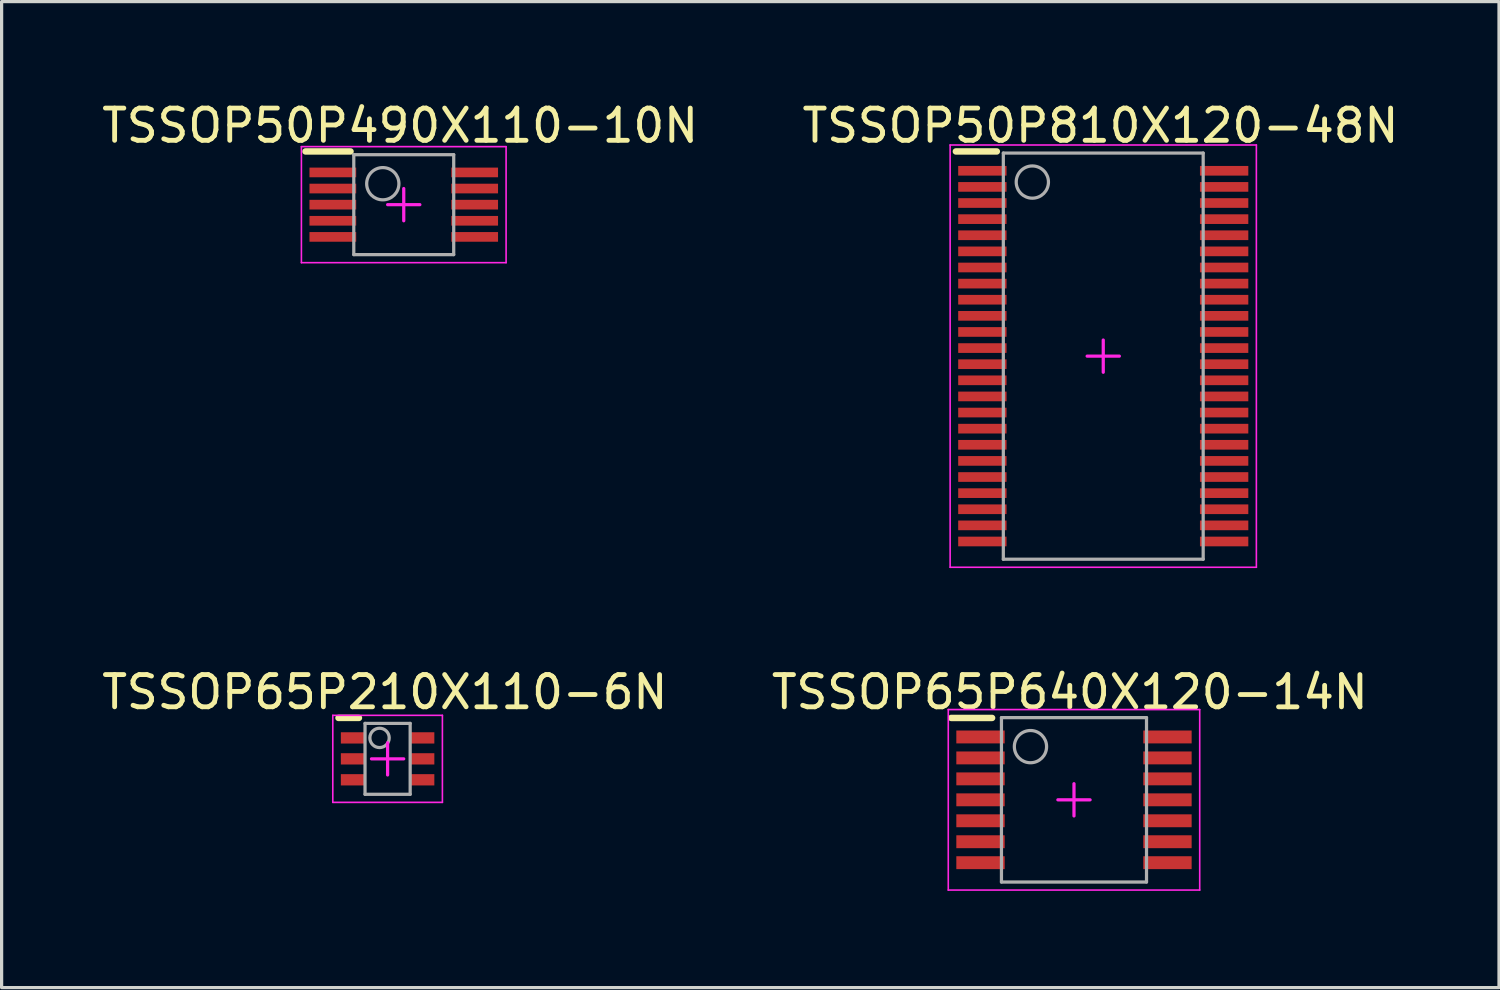
<source format=kicad_pcb>
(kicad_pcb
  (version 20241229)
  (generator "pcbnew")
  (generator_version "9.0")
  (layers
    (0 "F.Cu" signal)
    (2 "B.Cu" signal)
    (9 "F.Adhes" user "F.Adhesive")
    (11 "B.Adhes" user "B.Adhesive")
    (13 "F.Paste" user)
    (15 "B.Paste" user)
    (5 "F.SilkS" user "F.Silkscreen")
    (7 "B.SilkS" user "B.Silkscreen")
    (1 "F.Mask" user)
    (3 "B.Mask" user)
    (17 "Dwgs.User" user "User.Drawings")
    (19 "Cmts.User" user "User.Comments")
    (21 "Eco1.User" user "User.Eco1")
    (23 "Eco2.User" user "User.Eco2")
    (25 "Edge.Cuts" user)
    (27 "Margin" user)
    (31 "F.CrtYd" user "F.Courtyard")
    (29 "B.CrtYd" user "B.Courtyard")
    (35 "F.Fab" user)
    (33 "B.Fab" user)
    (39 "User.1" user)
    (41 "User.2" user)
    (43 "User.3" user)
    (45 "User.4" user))
  (footprint "TSSOP50P490X110-10N"
    (layer "F.Cu")
    (at 9.475 3.299)
    (property "Reference" "TSSOP50P490X110-10N" (at -0.112 -2.451 0) (layer "F.SilkS") (effects (font (size 1 1) (thickness 0.15))))
    (fp_line (start -3.048 -1.651) (end -1.651 -1.651) (stroke (width 0.2) (type solid)) (layer "F.SilkS"))
    (fp_line (start -3.175 -1.8) (end 3.175 -1.8) (stroke (width 0.05) (type solid)) (layer "F.CrtYd"))
    (fp_line (start -3.175 1.8) (end -3.175 -1.8) (stroke (width 0.05) (type solid)) (layer "F.CrtYd"))
    (fp_line (start -3.175 1.8) (end 3.175 1.8) (stroke (width 0.05) (type solid)) (layer "F.CrtYd"))
    (fp_line (start -0.5 0) (end 0.5 0) (stroke (width 0.1) (type solid)) (layer "F.CrtYd"))
    (fp_line (start 0 0.5) (end 0 -0.5) (stroke (width 0.1) (type solid)) (layer "F.CrtYd"))
    (fp_line (start 3.175 1.8) (end 3.175 -1.8) (stroke (width 0.05) (type solid)) (layer "F.CrtYd"))
    (fp_line (start -1.55 -1.55) (end 1.55 -1.55) (stroke (width 0.1) (type solid)) (layer "F.Fab"))
    (fp_line (start -1.55 1.55) (end -1.55 -1.55) (stroke (width 0.1) (type solid)) (layer "F.Fab"))
    (fp_line (start -1.55 1.55) (end 1.55 1.55) (stroke (width 0.1) (type solid)) (layer "F.Fab"))
    (fp_line (start 1.55 1.55) (end 1.55 -1.55) (stroke (width 0.1) (type solid)) (layer "F.Fab"))
    (fp_circle (center -0.65 -0.65) (end -0.65 -1.15) (stroke (width 0.1) (type solid)) (fill no) (layer "F.Fab"))
    (pad "1" smd rect (at -2.2 -1 90) (size 0.3 1.45) (layers "F.Cu" "F.Mask" "F.Paste"))
    (pad "2" smd rect (at -2.2 -0.5 90) (size 0.3 1.45) (layers "F.Cu" "F.Mask" "F.Paste"))
    (pad "3" smd rect (at -2.2 0 90) (size 0.3 1.45) (layers "F.Cu" "F.Mask" "F.Paste"))
    (pad "4" smd rect (at -2.2 0.5 90) (size 0.3 1.45) (layers "F.Cu" "F.Mask" "F.Paste"))
    (pad "5" smd rect (at -2.2 1 90) (size 0.3 1.45) (layers "F.Cu" "F.Mask" "F.Paste"))
    (pad "6" smd rect (at 2.2 1 90) (size 0.3 1.45) (layers "F.Cu" "F.Mask" "F.Paste"))
    (pad "7" smd rect (at 2.2 0.5 90) (size 0.3 1.45) (layers "F.Cu" "F.Mask" "F.Paste"))
    (pad "8" smd rect (at 2.2 0 90) (size 0.3 1.45) (layers "F.Cu" "F.Mask" "F.Paste"))
    (pad "9" smd rect (at 2.2 -0.5 90) (size 0.3 1.45) (layers "F.Cu" "F.Mask" "F.Paste"))
    (pad "10" smd rect (at 2.2 -1 90) (size 0.3 1.45) (layers "F.Cu" "F.Mask" "F.Paste")))
  (footprint "TSSOP65P210X110-6N"
    (layer "F.Cu")
    (at 8.974 20.491)
    (property "Reference" "TSSOP65P210X110-6N" (at -0.087 -2.07 0) (layer "F.SilkS") (effects (font (size 1 1) (thickness 0.15))))
    (fp_line (start -1.524 -1.27) (end -0.889 -1.27) (stroke (width 0.2) (type solid)) (layer "F.SilkS"))
    (fp_line (start -1.7 -1.35) (end 1.7 -1.35) (stroke (width 0.05) (type solid)) (layer "F.CrtYd"))
    (fp_line (start -1.7 1.35) (end -1.7 -1.35) (stroke (width 0.05) (type solid)) (layer "F.CrtYd"))
    (fp_line (start -1.7 1.35) (end 1.7 1.35) (stroke (width 0.05) (type solid)) (layer "F.CrtYd"))
    (fp_line (start -0.5 0) (end 0.5 0) (stroke (width 0.1) (type solid)) (layer "F.CrtYd"))
    (fp_line (start 0 0.5) (end 0 -0.5) (stroke (width 0.1) (type solid)) (layer "F.CrtYd"))
    (fp_line (start 1.7 1.35) (end 1.7 -1.35) (stroke (width 0.05) (type solid)) (layer "F.CrtYd"))
    (fp_line (start -0.7 -1.1) (end 0.7 -1.1) (stroke (width 0.1) (type solid)) (layer "F.Fab"))
    (fp_line (start -0.7 1.1) (end -0.7 -1.1) (stroke (width 0.1) (type solid)) (layer "F.Fab"))
    (fp_line (start -0.7 1.1) (end 0.7 1.1) (stroke (width 0.1) (type solid)) (layer "F.Fab"))
    (fp_line (start 0.7 1.1) (end 0.7 -1.1) (stroke (width 0.1) (type solid)) (layer "F.Fab"))
    (fp_circle (center -0.25 -0.65) (end 0.05 -0.65) (stroke (width 0.1) (type solid)) (fill no) (layer "F.Fab"))
    (pad "1" smd rect (at -1.075 -0.65 90) (size 0.35 0.75) (layers "F.Cu" "F.Mask" "F.Paste"))
    (pad "2" smd rect (at -1.075 0 90) (size 0.35 0.75) (layers "F.Cu" "F.Mask" "F.Paste"))
    (pad "3" smd rect (at -1.075 0.65 90) (size 0.35 0.75) (layers "F.Cu" "F.Mask" "F.Paste"))
    (pad "4" smd rect (at 1.075 0.65 90) (size 0.35 0.75) (layers "F.Cu" "F.Mask" "F.Paste"))
    (pad "5" smd rect (at 1.075 0 90) (size 0.35 0.75) (layers "F.Cu" "F.Mask" "F.Paste"))
    (pad "6" smd rect (at 1.075 -0.65 90) (size 0.35 0.75) (layers "F.Cu" "F.Mask" "F.Paste")))
  (footprint "TSSOP50P810X120-48N"
    (layer "F.Cu")
    (at 31.175 7.998)
    (property "Reference" "TSSOP50P810X120-48N" (at -0.086 -7.15 0) (layer "F.SilkS") (effects (font (size 1 1) (thickness 0.15))))
    (fp_line (start -4.572 -6.35) (end -3.302 -6.35) (stroke (width 0.2) (type solid)) (layer "F.SilkS"))
    (fp_line (start -4.75 -6.55) (end 4.75 -6.55) (stroke (width 0.05) (type solid)) (layer "F.CrtYd"))
    (fp_line (start -4.75 6.55) (end -4.75 -6.55) (stroke (width 0.05) (type solid)) (layer "F.CrtYd"))
    (fp_line (start -4.75 6.55) (end 4.75 6.55) (stroke (width 0.05) (type solid)) (layer "F.CrtYd"))
    (fp_line (start -0.5 0) (end 0.5 0) (stroke (width 0.1) (type solid)) (layer "F.CrtYd"))
    (fp_line (start 0 0.5) (end 0 -0.5) (stroke (width 0.1) (type solid)) (layer "F.CrtYd"))
    (fp_line (start 4.75 6.55) (end 4.75 -6.55) (stroke (width 0.05) (type solid)) (layer "F.CrtYd"))
    (fp_line (start -3.1 -6.3) (end 3.1 -6.3) (stroke (width 0.1) (type solid)) (layer "F.Fab"))
    (fp_line (start -3.1 6.3) (end -3.1 -6.3) (stroke (width 0.1) (type solid)) (layer "F.Fab"))
    (fp_line (start -3.1 6.3) (end 3.1 6.3) (stroke (width 0.1) (type solid)) (layer "F.Fab"))
    (fp_line (start 3.1 6.3) (end 3.1 -6.3) (stroke (width 0.1) (type solid)) (layer "F.Fab"))
    (fp_circle (center -2.2 -5.4) (end -2.2 -5.9) (stroke (width 0.1) (type solid)) (fill no) (layer "F.Fab"))
    (pad "1" smd rect (at -3.75 -5.75 90) (size 0.3 1.5) (layers "F.Cu" "F.Mask" "F.Paste"))
    (pad "2" smd rect (at -3.75 -5.25 90) (size 0.3 1.5) (layers "F.Cu" "F.Mask" "F.Paste"))
    (pad "3" smd rect (at -3.75 -4.75 90) (size 0.3 1.5) (layers "F.Cu" "F.Mask" "F.Paste"))
    (pad "4" smd rect (at -3.75 -4.25 90) (size 0.3 1.5) (layers "F.Cu" "F.Mask" "F.Paste"))
    (pad "5" smd rect (at -3.75 -3.75 90) (size 0.3 1.5) (layers "F.Cu" "F.Mask" "F.Paste"))
    (pad "6" smd rect (at -3.75 -3.25 90) (size 0.3 1.5) (layers "F.Cu" "F.Mask" "F.Paste"))
    (pad "7" smd rect (at -3.75 -2.75 90) (size 0.3 1.5) (layers "F.Cu" "F.Mask" "F.Paste"))
    (pad "8" smd rect (at -3.75 -2.25 90) (size 0.3 1.5) (layers "F.Cu" "F.Mask" "F.Paste"))
    (pad "9" smd rect (at -3.75 -1.75 90) (size 0.3 1.5) (layers "F.Cu" "F.Mask" "F.Paste"))
    (pad "10" smd rect (at -3.75 -1.25 90) (size 0.3 1.5) (layers "F.Cu" "F.Mask" "F.Paste"))
    (pad "11" smd rect (at -3.75 -0.75 90) (size 0.3 1.5) (layers "F.Cu" "F.Mask" "F.Paste"))
    (pad "12" smd rect (at -3.75 -0.25 90) (size 0.3 1.5) (layers "F.Cu" "F.Mask" "F.Paste"))
    (pad "13" smd rect (at -3.75 0.25 90) (size 0.3 1.5) (layers "F.Cu" "F.Mask" "F.Paste"))
    (pad "14" smd rect (at -3.75 0.75 90) (size 0.3 1.5) (layers "F.Cu" "F.Mask" "F.Paste"))
    (pad "15" smd rect (at -3.75 1.25 90) (size 0.3 1.5) (layers "F.Cu" "F.Mask" "F.Paste"))
    (pad "16" smd rect (at -3.75 1.75 90) (size 0.3 1.5) (layers "F.Cu" "F.Mask" "F.Paste"))
    (pad "17" smd rect (at -3.75 2.25 90) (size 0.3 1.5) (layers "F.Cu" "F.Mask" "F.Paste"))
    (pad "18" smd rect (at -3.75 2.75 90) (size 0.3 1.5) (layers "F.Cu" "F.Mask" "F.Paste"))
    (pad "19" smd rect (at -3.75 3.25 90) (size 0.3 1.5) (layers "F.Cu" "F.Mask" "F.Paste"))
    (pad "20" smd rect (at -3.75 3.75 90) (size 0.3 1.5) (layers "F.Cu" "F.Mask" "F.Paste"))
    (pad "21" smd rect (at -3.75 4.25 90) (size 0.3 1.5) (layers "F.Cu" "F.Mask" "F.Paste"))
    (pad "22" smd rect (at -3.75 4.75 90) (size 0.3 1.5) (layers "F.Cu" "F.Mask" "F.Paste"))
    (pad "23" smd rect (at -3.75 5.25 90) (size 0.3 1.5) (layers "F.Cu" "F.Mask" "F.Paste"))
    (pad "24" smd rect (at -3.75 5.75 90) (size 0.3 1.5) (layers "F.Cu" "F.Mask" "F.Paste"))
    (pad "25" smd rect (at 3.75 5.75 90) (size 0.3 1.5) (layers "F.Cu" "F.Mask" "F.Paste"))
    (pad "26" smd rect (at 3.75 5.25 90) (size 0.3 1.5) (layers "F.Cu" "F.Mask" "F.Paste"))
    (pad "27" smd rect (at 3.75 4.75 90) (size 0.3 1.5) (layers "F.Cu" "F.Mask" "F.Paste"))
    (pad "28" smd rect (at 3.75 4.25 90) (size 0.3 1.5) (layers "F.Cu" "F.Mask" "F.Paste"))
    (pad "29" smd rect (at 3.75 3.75 90) (size 0.3 1.5) (layers "F.Cu" "F.Mask" "F.Paste"))
    (pad "30" smd rect (at 3.75 3.25 90) (size 0.3 1.5) (layers "F.Cu" "F.Mask" "F.Paste"))
    (pad "31" smd rect (at 3.75 2.75 90) (size 0.3 1.5) (layers "F.Cu" "F.Mask" "F.Paste"))
    (pad "32" smd rect (at 3.75 2.25 90) (size 0.3 1.5) (layers "F.Cu" "F.Mask" "F.Paste"))
    (pad "33" smd rect (at 3.75 1.75 90) (size 0.3 1.5) (layers "F.Cu" "F.Mask" "F.Paste"))
    (pad "34" smd rect (at 3.75 1.25 90) (size 0.3 1.5) (layers "F.Cu" "F.Mask" "F.Paste"))
    (pad "35" smd rect (at 3.75 0.75 90) (size 0.3 1.5) (layers "F.Cu" "F.Mask" "F.Paste"))
    (pad "36" smd rect (at 3.75 0.25 90) (size 0.3 1.5) (layers "F.Cu" "F.Mask" "F.Paste"))
    (pad "37" smd rect (at 3.75 -0.25 90) (size 0.3 1.5) (layers "F.Cu" "F.Mask" "F.Paste"))
    (pad "38" smd rect (at 3.75 -0.75 90) (size 0.3 1.5) (layers "F.Cu" "F.Mask" "F.Paste"))
    (pad "39" smd rect (at 3.75 -1.25 90) (size 0.3 1.5) (layers "F.Cu" "F.Mask" "F.Paste"))
    (pad "40" smd rect (at 3.75 -1.75 90) (size 0.3 1.5) (layers "F.Cu" "F.Mask" "F.Paste"))
    (pad "41" smd rect (at 3.75 -2.25 90) (size 0.3 1.5) (layers "F.Cu" "F.Mask" "F.Paste"))
    (pad "42" smd rect (at 3.75 -2.75 90) (size 0.3 1.5) (layers "F.Cu" "F.Mask" "F.Paste"))
    (pad "43" smd rect (at 3.75 -3.25 90) (size 0.3 1.5) (layers "F.Cu" "F.Mask" "F.Paste"))
    (pad "44" smd rect (at 3.75 -3.75 90) (size 0.3 1.5) (layers "F.Cu" "F.Mask" "F.Paste"))
    (pad "45" smd rect (at 3.75 -4.25 90) (size 0.3 1.5) (layers "F.Cu" "F.Mask" "F.Paste"))
    (pad "46" smd rect (at 3.75 -4.75 90) (size 0.3 1.5) (layers "F.Cu" "F.Mask" "F.Paste"))
    (pad "47" smd rect (at 3.75 -5.25 90) (size 0.3 1.5) (layers "F.Cu" "F.Mask" "F.Paste"))
    (pad "48" smd rect (at 3.75 -5.75 90) (size 0.3 1.5) (layers "F.Cu" "F.Mask" "F.Paste")))
  (footprint "TSSOP65P640X120-14N"
    (layer "F.Cu")
    (at 30.267 21.762)
    (property "Reference" "TSSOP65P640X120-14N" (at -0.13 -3.34 0) (layer "F.SilkS") (effects (font (size 1 1) (thickness 0.15))))
    (fp_line (start -3.81 -2.54) (end -2.54 -2.54) (stroke (width 0.2) (type solid)) (layer "F.SilkS"))
    (fp_line (start -3.9 -2.8) (end 3.9 -2.8) (stroke (width 0.05) (type solid)) (layer "F.CrtYd"))
    (fp_line (start -3.9 2.8) (end -3.9 -2.8) (stroke (width 0.05) (type solid)) (layer "F.CrtYd"))
    (fp_line (start -3.9 2.8) (end 3.9 2.8) (stroke (width 0.05) (type solid)) (layer "F.CrtYd"))
    (fp_line (start -0.5 0) (end 0.5 0) (stroke (width 0.1) (type solid)) (layer "F.CrtYd"))
    (fp_line (start 0 0.5) (end 0 -0.5) (stroke (width 0.1) (type solid)) (layer "F.CrtYd"))
    (fp_line (start 3.9 2.8) (end 3.9 -2.8) (stroke (width 0.05) (type solid)) (layer "F.CrtYd"))
    (fp_line (start -2.25 -2.55) (end 2.25 -2.55) (stroke (width 0.1) (type solid)) (layer "F.Fab"))
    (fp_line (start -2.25 2.55) (end -2.25 -2.55) (stroke (width 0.1) (type solid)) (layer "F.Fab"))
    (fp_line (start -2.25 2.55) (end 2.25 2.55) (stroke (width 0.1) (type solid)) (layer "F.Fab"))
    (fp_line (start 2.25 2.55) (end 2.25 -2.55) (stroke (width 0.1) (type solid)) (layer "F.Fab"))
    (fp_circle (center -1.35 -1.65) (end -1.35 -2.15) (stroke (width 0.1) (type solid)) (fill no) (layer "F.Fab"))
    (pad "1" smd rect (at -2.9 -1.95 90) (size 0.4 1.5) (layers "F.Cu" "F.Mask" "F.Paste"))
    (pad "2" smd rect (at -2.9 -1.3 90) (size 0.4 1.5) (layers "F.Cu" "F.Mask" "F.Paste"))
    (pad "3" smd rect (at -2.9 -0.65 90) (size 0.4 1.5) (layers "F.Cu" "F.Mask" "F.Paste"))
    (pad "4" smd rect (at -2.9 0 90) (size 0.4 1.5) (layers "F.Cu" "F.Mask" "F.Paste"))
    (pad "5" smd rect (at -2.9 0.65 90) (size 0.4 1.5) (layers "F.Cu" "F.Mask" "F.Paste"))
    (pad "6" smd rect (at -2.9 1.3 90) (size 0.4 1.5) (layers "F.Cu" "F.Mask" "F.Paste"))
    (pad "7" smd rect (at -2.9 1.95 90) (size 0.4 1.5) (layers "F.Cu" "F.Mask" "F.Paste"))
    (pad "8" smd rect (at 2.9 1.95 90) (size 0.4 1.5) (layers "F.Cu" "F.Mask" "F.Paste"))
    (pad "9" smd rect (at 2.9 1.3 90) (size 0.4 1.5) (layers "F.Cu" "F.Mask" "F.Paste"))
    (pad "10" smd rect (at 2.9 0.65 90) (size 0.4 1.5) (layers "F.Cu" "F.Mask" "F.Paste"))
    (pad "11" smd rect (at 2.9 0 90) (size 0.4 1.5) (layers "F.Cu" "F.Mask" "F.Paste"))
    (pad "12" smd rect (at 2.9 -0.65 90) (size 0.4 1.5) (layers "F.Cu" "F.Mask" "F.Paste"))
    (pad "13" smd rect (at 2.9 -1.3 90) (size 0.4 1.5) (layers "F.Cu" "F.Mask" "F.Paste"))
    (pad "14" smd rect (at 2.9 -1.95 90) (size 0.4 1.5) (layers "F.Cu" "F.Mask" "F.Paste")))
  (gr_rect
    (start -3 -3)
    (end 43.452 27.587)
    (stroke (width 0.1) (type default))
    (fill no)
    (layer "Edge.Cuts")))
</source>
